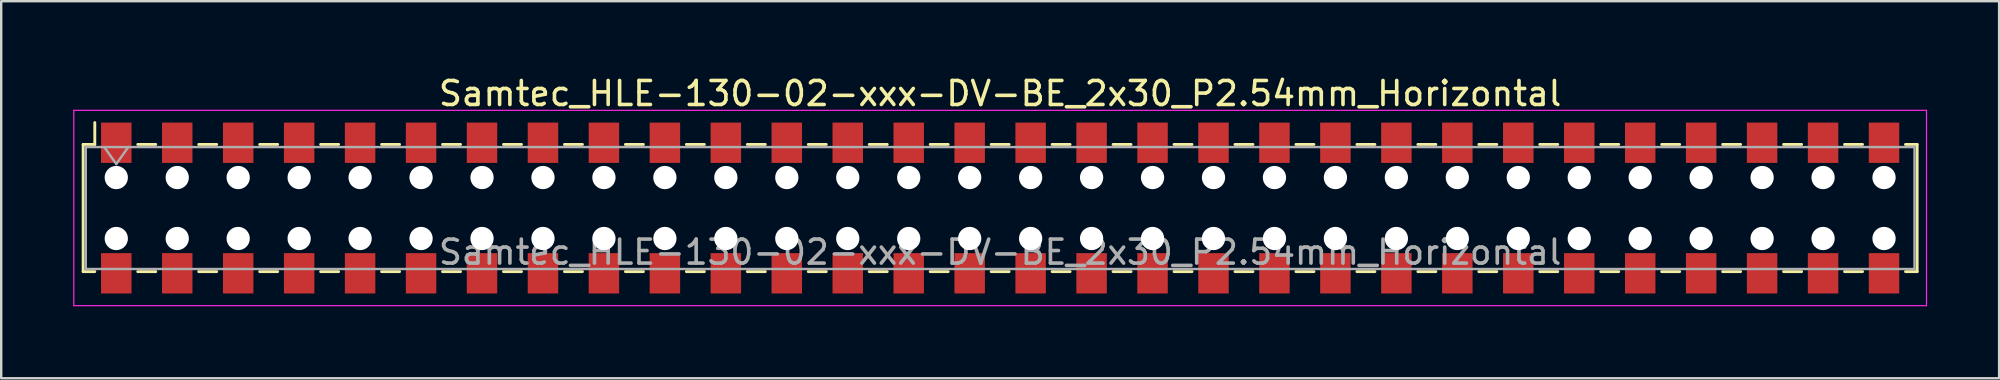
<source format=kicad_pcb>
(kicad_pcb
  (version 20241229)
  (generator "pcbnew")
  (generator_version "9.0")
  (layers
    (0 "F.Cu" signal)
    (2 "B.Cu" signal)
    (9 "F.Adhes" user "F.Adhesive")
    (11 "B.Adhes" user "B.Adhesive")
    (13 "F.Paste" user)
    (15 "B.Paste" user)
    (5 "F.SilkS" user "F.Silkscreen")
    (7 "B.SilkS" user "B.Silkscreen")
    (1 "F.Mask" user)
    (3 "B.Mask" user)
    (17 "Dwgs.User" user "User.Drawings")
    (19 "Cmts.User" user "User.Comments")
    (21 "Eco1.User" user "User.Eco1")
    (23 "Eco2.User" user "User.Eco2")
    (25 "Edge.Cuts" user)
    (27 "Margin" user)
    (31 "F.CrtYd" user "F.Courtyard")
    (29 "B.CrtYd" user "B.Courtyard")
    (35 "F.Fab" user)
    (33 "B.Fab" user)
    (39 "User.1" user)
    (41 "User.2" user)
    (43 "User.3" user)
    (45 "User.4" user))
  (footprint "Samtec_HLE-130-02-xxx-DV-BE_2x30_P2.54mm_Horizontal"
    (layer "F.Cu")
    (at 38.625 5.618)
    (property "Reference" "Samtec_HLE-130-02-xxx-DV-BE_2x30_P2.54mm_Horizontal" (at 0 -4.77 0) (layer "F.SilkS") (effects (font (size 1 1) (thickness 0.15))))
    (attr smd)
    (fp_line (start -38.21 -2.65) (end -38.21 2.65) (stroke (width 0.12) (type solid)) (layer "F.SilkS"))
    (fp_line (start -38.21 2.65) (end -37.725 2.65) (stroke (width 0.12) (type solid)) (layer "F.SilkS"))
    (fp_line (start -37.725 -3.56) (end -37.725 -2.65) (stroke (width 0.12) (type solid)) (layer "F.SilkS"))
    (fp_line (start -37.725 -2.65) (end -38.21 -2.65) (stroke (width 0.12) (type solid)) (layer "F.SilkS"))
    (fp_line (start -35.935 -2.65) (end -35.185 -2.65) (stroke (width 0.12) (type solid)) (layer "F.SilkS"))
    (fp_line (start -35.935 2.65) (end -35.185 2.65) (stroke (width 0.12) (type solid)) (layer "F.SilkS"))
    (fp_line (start -33.395 -2.65) (end -32.645 -2.65) (stroke (width 0.12) (type solid)) (layer "F.SilkS"))
    (fp_line (start -33.395 2.65) (end -32.645 2.65) (stroke (width 0.12) (type solid)) (layer "F.SilkS"))
    (fp_line (start -30.855 -2.65) (end -30.105 -2.65) (stroke (width 0.12) (type solid)) (layer "F.SilkS"))
    (fp_line (start -30.855 2.65) (end -30.105 2.65) (stroke (width 0.12) (type solid)) (layer "F.SilkS"))
    (fp_line (start -28.315 -2.65) (end -27.565 -2.65) (stroke (width 0.12) (type solid)) (layer "F.SilkS"))
    (fp_line (start -28.315 2.65) (end -27.565 2.65) (stroke (width 0.12) (type solid)) (layer "F.SilkS"))
    (fp_line (start -25.775 -2.65) (end -25.025 -2.65) (stroke (width 0.12) (type solid)) (layer "F.SilkS"))
    (fp_line (start -25.775 2.65) (end -25.025 2.65) (stroke (width 0.12) (type solid)) (layer "F.SilkS"))
    (fp_line (start -23.235 -2.65) (end -22.485 -2.65) (stroke (width 0.12) (type solid)) (layer "F.SilkS"))
    (fp_line (start -23.235 2.65) (end -22.485 2.65) (stroke (width 0.12) (type solid)) (layer "F.SilkS"))
    (fp_line (start -20.695 -2.65) (end -19.945 -2.65) (stroke (width 0.12) (type solid)) (layer "F.SilkS"))
    (fp_line (start -20.695 2.65) (end -19.945 2.65) (stroke (width 0.12) (type solid)) (layer "F.SilkS"))
    (fp_line (start -18.155 -2.65) (end -17.405 -2.65) (stroke (width 0.12) (type solid)) (layer "F.SilkS"))
    (fp_line (start -18.155 2.65) (end -17.405 2.65) (stroke (width 0.12) (type solid)) (layer "F.SilkS"))
    (fp_line (start -15.615 -2.65) (end -14.865 -2.65) (stroke (width 0.12) (type solid)) (layer "F.SilkS"))
    (fp_line (start -15.615 2.65) (end -14.865 2.65) (stroke (width 0.12) (type solid)) (layer "F.SilkS"))
    (fp_line (start -13.075 -2.65) (end -12.325 -2.65) (stroke (width 0.12) (type solid)) (layer "F.SilkS"))
    (fp_line (start -13.075 2.65) (end -12.325 2.65) (stroke (width 0.12) (type solid)) (layer "F.SilkS"))
    (fp_line (start -10.535 -2.65) (end -9.785 -2.65) (stroke (width 0.12) (type solid)) (layer "F.SilkS"))
    (fp_line (start -10.535 2.65) (end -9.785 2.65) (stroke (width 0.12) (type solid)) (layer "F.SilkS"))
    (fp_line (start -7.995 -2.65) (end -7.245 -2.65) (stroke (width 0.12) (type solid)) (layer "F.SilkS"))
    (fp_line (start -7.995 2.65) (end -7.245 2.65) (stroke (width 0.12) (type solid)) (layer "F.SilkS"))
    (fp_line (start -5.455 -2.65) (end -4.705 -2.65) (stroke (width 0.12) (type solid)) (layer "F.SilkS"))
    (fp_line (start -5.455 2.65) (end -4.705 2.65) (stroke (width 0.12) (type solid)) (layer "F.SilkS"))
    (fp_line (start -2.915 -2.65) (end -2.165 -2.65) (stroke (width 0.12) (type solid)) (layer "F.SilkS"))
    (fp_line (start -2.915 2.65) (end -2.165 2.65) (stroke (width 0.12) (type solid)) (layer "F.SilkS"))
    (fp_line (start -0.375 -2.65) (end 0.375 -2.65) (stroke (width 0.12) (type solid)) (layer "F.SilkS"))
    (fp_line (start -0.375 2.65) (end 0.375 2.65) (stroke (width 0.12) (type solid)) (layer "F.SilkS"))
    (fp_line (start 2.165 -2.65) (end 2.915 -2.65) (stroke (width 0.12) (type solid)) (layer "F.SilkS"))
    (fp_line (start 2.165 2.65) (end 2.915 2.65) (stroke (width 0.12) (type solid)) (layer "F.SilkS"))
    (fp_line (start 4.705 -2.65) (end 5.455 -2.65) (stroke (width 0.12) (type solid)) (layer "F.SilkS"))
    (fp_line (start 4.705 2.65) (end 5.455 2.65) (stroke (width 0.12) (type solid)) (layer "F.SilkS"))
    (fp_line (start 7.245 -2.65) (end 7.995 -2.65) (stroke (width 0.12) (type solid)) (layer "F.SilkS"))
    (fp_line (start 7.245 2.65) (end 7.995 2.65) (stroke (width 0.12) (type solid)) (layer "F.SilkS"))
    (fp_line (start 9.785 -2.65) (end 10.535 -2.65) (stroke (width 0.12) (type solid)) (layer "F.SilkS"))
    (fp_line (start 9.785 2.65) (end 10.535 2.65) (stroke (width 0.12) (type solid)) (layer "F.SilkS"))
    (fp_line (start 12.325 -2.65) (end 13.075 -2.65) (stroke (width 0.12) (type solid)) (layer "F.SilkS"))
    (fp_line (start 12.325 2.65) (end 13.075 2.65) (stroke (width 0.12) (type solid)) (layer "F.SilkS"))
    (fp_line (start 14.865 -2.65) (end 15.615 -2.65) (stroke (width 0.12) (type solid)) (layer "F.SilkS"))
    (fp_line (start 14.865 2.65) (end 15.615 2.65) (stroke (width 0.12) (type solid)) (layer "F.SilkS"))
    (fp_line (start 17.405 -2.65) (end 18.155 -2.65) (stroke (width 0.12) (type solid)) (layer "F.SilkS"))
    (fp_line (start 17.405 2.65) (end 18.155 2.65) (stroke (width 0.12) (type solid)) (layer "F.SilkS"))
    (fp_line (start 19.945 -2.65) (end 20.695 -2.65) (stroke (width 0.12) (type solid)) (layer "F.SilkS"))
    (fp_line (start 19.945 2.65) (end 20.695 2.65) (stroke (width 0.12) (type solid)) (layer "F.SilkS"))
    (fp_line (start 22.485 -2.65) (end 23.235 -2.65) (stroke (width 0.12) (type solid)) (layer "F.SilkS"))
    (fp_line (start 22.485 2.65) (end 23.235 2.65) (stroke (width 0.12) (type solid)) (layer "F.SilkS"))
    (fp_line (start 25.025 -2.65) (end 25.775 -2.65) (stroke (width 0.12) (type solid)) (layer "F.SilkS"))
    (fp_line (start 25.025 2.65) (end 25.775 2.65) (stroke (width 0.12) (type solid)) (layer "F.SilkS"))
    (fp_line (start 27.565 -2.65) (end 28.315 -2.65) (stroke (width 0.12) (type solid)) (layer "F.SilkS"))
    (fp_line (start 27.565 2.65) (end 28.315 2.65) (stroke (width 0.12) (type solid)) (layer "F.SilkS"))
    (fp_line (start 30.105 -2.65) (end 30.855 -2.65) (stroke (width 0.12) (type solid)) (layer "F.SilkS"))
    (fp_line (start 30.105 2.65) (end 30.855 2.65) (stroke (width 0.12) (type solid)) (layer "F.SilkS"))
    (fp_line (start 32.645 -2.65) (end 33.395 -2.65) (stroke (width 0.12) (type solid)) (layer "F.SilkS"))
    (fp_line (start 32.645 2.65) (end 33.395 2.65) (stroke (width 0.12) (type solid)) (layer "F.SilkS"))
    (fp_line (start 35.185 -2.65) (end 35.935 -2.65) (stroke (width 0.12) (type solid)) (layer "F.SilkS"))
    (fp_line (start 35.185 2.65) (end 35.935 2.65) (stroke (width 0.12) (type solid)) (layer "F.SilkS"))
    (fp_line (start 37.725 -2.65) (end 38.21 -2.65) (stroke (width 0.12) (type solid)) (layer "F.SilkS"))
    (fp_line (start 38.21 -2.65) (end 38.21 2.65) (stroke (width 0.12) (type solid)) (layer "F.SilkS"))
    (fp_line (start 38.21 2.65) (end 37.725 2.65) (stroke (width 0.12) (type solid)) (layer "F.SilkS"))
    (fp_line (start -38.6 -4.07) (end 38.6 -4.07) (stroke (width 0.05) (type solid)) (layer "F.CrtYd"))
    (fp_line (start -38.6 4.07) (end -38.6 -4.07) (stroke (width 0.05) (type solid)) (layer "F.CrtYd"))
    (fp_line (start 38.6 -4.07) (end 38.6 4.07) (stroke (width 0.05) (type solid)) (layer "F.CrtYd"))
    (fp_line (start 38.6 4.07) (end -38.6 4.07) (stroke (width 0.05) (type solid)) (layer "F.CrtYd"))
    (fp_line (start -38.1 -2.54) (end 38.1 -2.54) (stroke (width 0.1) (type solid)) (layer "F.Fab"))
    (fp_line (start -38.1 2.54) (end -38.1 -2.54) (stroke (width 0.1) (type solid)) (layer "F.Fab"))
    (fp_line (start -37.33 -2.54) (end -36.83 -1.833) (stroke (width 0.1) (type solid)) (layer "F.Fab"))
    (fp_line (start -36.83 -1.833) (end -36.33 -2.54) (stroke (width 0.1) (type solid)) (layer "F.Fab"))
    (fp_line (start 38.1 -2.54) (end 38.1 2.54) (stroke (width 0.1) (type solid)) (layer "F.Fab"))
    (fp_line (start 38.1 2.54) (end -38.1 2.54) (stroke (width 0.1) (type solid)) (layer "F.Fab"))
    (fp_text user "${REFERENCE}" (at 0 1.84 0) (layer "F.Fab") (effects (font (size 1 1) (thickness 0.15))))
    (pad "" np_thru_hole circle (at -36.83 -1.27) (size 0.97 0.97) (drill 0.97) (layers "*.Cu" "*.Mask"))
    (pad "" np_thru_hole circle (at -36.83 1.27) (size 0.97 0.97) (drill 0.97) (layers "*.Cu" "*.Mask"))
    (pad "" np_thru_hole circle (at -34.29 -1.27) (size 0.97 0.97) (drill 0.97) (layers "*.Cu" "*.Mask"))
    (pad "" np_thru_hole circle (at -34.29 1.27) (size 0.97 0.97) (drill 0.97) (layers "*.Cu" "*.Mask"))
    (pad "" np_thru_hole circle (at -31.75 -1.27) (size 0.97 0.97) (drill 0.97) (layers "*.Cu" "*.Mask"))
    (pad "" np_thru_hole circle (at -31.75 1.27) (size 0.97 0.97) (drill 0.97) (layers "*.Cu" "*.Mask"))
    (pad "" np_thru_hole circle (at -29.21 -1.27) (size 0.97 0.97) (drill 0.97) (layers "*.Cu" "*.Mask"))
    (pad "" np_thru_hole circle (at -29.21 1.27) (size 0.97 0.97) (drill 0.97) (layers "*.Cu" "*.Mask"))
    (pad "" np_thru_hole circle (at -26.67 -1.27) (size 0.97 0.97) (drill 0.97) (layers "*.Cu" "*.Mask"))
    (pad "" np_thru_hole circle (at -26.67 1.27) (size 0.97 0.97) (drill 0.97) (layers "*.Cu" "*.Mask"))
    (pad "" np_thru_hole circle (at -24.13 -1.27) (size 0.97 0.97) (drill 0.97) (layers "*.Cu" "*.Mask"))
    (pad "" np_thru_hole circle (at -24.13 1.27) (size 0.97 0.97) (drill 0.97) (layers "*.Cu" "*.Mask"))
    (pad "" np_thru_hole circle (at -21.59 -1.27) (size 0.97 0.97) (drill 0.97) (layers "*.Cu" "*.Mask"))
    (pad "" np_thru_hole circle (at -21.59 1.27) (size 0.97 0.97) (drill 0.97) (layers "*.Cu" "*.Mask"))
    (pad "" np_thru_hole circle (at -19.05 -1.27) (size 0.97 0.97) (drill 0.97) (layers "*.Cu" "*.Mask"))
    (pad "" np_thru_hole circle (at -19.05 1.27) (size 0.97 0.97) (drill 0.97) (layers "*.Cu" "*.Mask"))
    (pad "" np_thru_hole circle (at -16.51 -1.27) (size 0.97 0.97) (drill 0.97) (layers "*.Cu" "*.Mask"))
    (pad "" np_thru_hole circle (at -16.51 1.27) (size 0.97 0.97) (drill 0.97) (layers "*.Cu" "*.Mask"))
    (pad "" np_thru_hole circle (at -13.97 -1.27) (size 0.97 0.97) (drill 0.97) (layers "*.Cu" "*.Mask"))
    (pad "" np_thru_hole circle (at -13.97 1.27) (size 0.97 0.97) (drill 0.97) (layers "*.Cu" "*.Mask"))
    (pad "" np_thru_hole circle (at -11.43 -1.27) (size 0.97 0.97) (drill 0.97) (layers "*.Cu" "*.Mask"))
    (pad "" np_thru_hole circle (at -11.43 1.27) (size 0.97 0.97) (drill 0.97) (layers "*.Cu" "*.Mask"))
    (pad "" np_thru_hole circle (at -8.89 -1.27) (size 0.97 0.97) (drill 0.97) (layers "*.Cu" "*.Mask"))
    (pad "" np_thru_hole circle (at -8.89 1.27) (size 0.97 0.97) (drill 0.97) (layers "*.Cu" "*.Mask"))
    (pad "" np_thru_hole circle (at -6.35 -1.27) (size 0.97 0.97) (drill 0.97) (layers "*.Cu" "*.Mask"))
    (pad "" np_thru_hole circle (at -6.35 1.27) (size 0.97 0.97) (drill 0.97) (layers "*.Cu" "*.Mask"))
    (pad "" np_thru_hole circle (at -3.81 -1.27) (size 0.97 0.97) (drill 0.97) (layers "*.Cu" "*.Mask"))
    (pad "" np_thru_hole circle (at -3.81 1.27) (size 0.97 0.97) (drill 0.97) (layers "*.Cu" "*.Mask"))
    (pad "" np_thru_hole circle (at -1.27 -1.27) (size 0.97 0.97) (drill 0.97) (layers "*.Cu" "*.Mask"))
    (pad "" np_thru_hole circle (at -1.27 1.27) (size 0.97 0.97) (drill 0.97) (layers "*.Cu" "*.Mask"))
    (pad "" np_thru_hole circle (at 1.27 -1.27) (size 0.97 0.97) (drill 0.97) (layers "*.Cu" "*.Mask"))
    (pad "" np_thru_hole circle (at 1.27 1.27) (size 0.97 0.97) (drill 0.97) (layers "*.Cu" "*.Mask"))
    (pad "" np_thru_hole circle (at 3.81 -1.27) (size 0.97 0.97) (drill 0.97) (layers "*.Cu" "*.Mask"))
    (pad "" np_thru_hole circle (at 3.81 1.27) (size 0.97 0.97) (drill 0.97) (layers "*.Cu" "*.Mask"))
    (pad "" np_thru_hole circle (at 6.35 -1.27) (size 0.97 0.97) (drill 0.97) (layers "*.Cu" "*.Mask"))
    (pad "" np_thru_hole circle (at 6.35 1.27) (size 0.97 0.97) (drill 0.97) (layers "*.Cu" "*.Mask"))
    (pad "" np_thru_hole circle (at 8.89 -1.27) (size 0.97 0.97) (drill 0.97) (layers "*.Cu" "*.Mask"))
    (pad "" np_thru_hole circle (at 8.89 1.27) (size 0.97 0.97) (drill 0.97) (layers "*.Cu" "*.Mask"))
    (pad "" np_thru_hole circle (at 11.43 -1.27) (size 0.97 0.97) (drill 0.97) (layers "*.Cu" "*.Mask"))
    (pad "" np_thru_hole circle (at 11.43 1.27) (size 0.97 0.97) (drill 0.97) (layers "*.Cu" "*.Mask"))
    (pad "" np_thru_hole circle (at 13.97 -1.27) (size 0.97 0.97) (drill 0.97) (layers "*.Cu" "*.Mask"))
    (pad "" np_thru_hole circle (at 13.97 1.27) (size 0.97 0.97) (drill 0.97) (layers "*.Cu" "*.Mask"))
    (pad "" np_thru_hole circle (at 16.51 -1.27) (size 0.97 0.97) (drill 0.97) (layers "*.Cu" "*.Mask"))
    (pad "" np_thru_hole circle (at 16.51 1.27) (size 0.97 0.97) (drill 0.97) (layers "*.Cu" "*.Mask"))
    (pad "" np_thru_hole circle (at 19.05 -1.27) (size 0.97 0.97) (drill 0.97) (layers "*.Cu" "*.Mask"))
    (pad "" np_thru_hole circle (at 19.05 1.27) (size 0.97 0.97) (drill 0.97) (layers "*.Cu" "*.Mask"))
    (pad "" np_thru_hole circle (at 21.59 -1.27) (size 0.97 0.97) (drill 0.97) (layers "*.Cu" "*.Mask"))
    (pad "" np_thru_hole circle (at 21.59 1.27) (size 0.97 0.97) (drill 0.97) (layers "*.Cu" "*.Mask"))
    (pad "" np_thru_hole circle (at 24.13 -1.27) (size 0.97 0.97) (drill 0.97) (layers "*.Cu" "*.Mask"))
    (pad "" np_thru_hole circle (at 24.13 1.27) (size 0.97 0.97) (drill 0.97) (layers "*.Cu" "*.Mask"))
    (pad "" np_thru_hole circle (at 26.67 -1.27) (size 0.97 0.97) (drill 0.97) (layers "*.Cu" "*.Mask"))
    (pad "" np_thru_hole circle (at 26.67 1.27) (size 0.97 0.97) (drill 0.97) (layers "*.Cu" "*.Mask"))
    (pad "" np_thru_hole circle (at 29.21 -1.27) (size 0.97 0.97) (drill 0.97) (layers "*.Cu" "*.Mask"))
    (pad "" np_thru_hole circle (at 29.21 1.27) (size 0.97 0.97) (drill 0.97) (layers "*.Cu" "*.Mask"))
    (pad "" np_thru_hole circle (at 31.75 -1.27) (size 0.97 0.97) (drill 0.97) (layers "*.Cu" "*.Mask"))
    (pad "" np_thru_hole circle (at 31.75 1.27) (size 0.97 0.97) (drill 0.97) (layers "*.Cu" "*.Mask"))
    (pad "" np_thru_hole circle (at 34.29 -1.27) (size 0.97 0.97) (drill 0.97) (layers "*.Cu" "*.Mask"))
    (pad "" np_thru_hole circle (at 34.29 1.27) (size 0.97 0.97) (drill 0.97) (layers "*.Cu" "*.Mask"))
    (pad "" np_thru_hole circle (at 36.83 -1.27) (size 0.97 0.97) (drill 0.97) (layers "*.Cu" "*.Mask"))
    (pad "" np_thru_hole circle (at 36.83 1.27) (size 0.97 0.97) (drill 0.97) (layers "*.Cu" "*.Mask"))
    (pad "1" smd rect (at -36.83 -2.72) (size 1.27 1.68) (layers "F.Cu" "F.Mask" "F.Paste"))
    (pad "2" smd rect (at -36.83 2.72) (size 1.27 1.68) (layers "F.Cu" "F.Mask" "F.Paste"))
    (pad "3" smd rect (at -34.29 -2.72) (size 1.27 1.68) (layers "F.Cu" "F.Mask" "F.Paste"))
    (pad "4" smd rect (at -34.29 2.72) (size 1.27 1.68) (layers "F.Cu" "F.Mask" "F.Paste"))
    (pad "5" smd rect (at -31.75 -2.72) (size 1.27 1.68) (layers "F.Cu" "F.Mask" "F.Paste"))
    (pad "6" smd rect (at -31.75 2.72) (size 1.27 1.68) (layers "F.Cu" "F.Mask" "F.Paste"))
    (pad "7" smd rect (at -29.21 -2.72) (size 1.27 1.68) (layers "F.Cu" "F.Mask" "F.Paste"))
    (pad "8" smd rect (at -29.21 2.72) (size 1.27 1.68) (layers "F.Cu" "F.Mask" "F.Paste"))
    (pad "9" smd rect (at -26.67 -2.72) (size 1.27 1.68) (layers "F.Cu" "F.Mask" "F.Paste"))
    (pad "10" smd rect (at -26.67 2.72) (size 1.27 1.68) (layers "F.Cu" "F.Mask" "F.Paste"))
    (pad "11" smd rect (at -24.13 -2.72) (size 1.27 1.68) (layers "F.Cu" "F.Mask" "F.Paste"))
    (pad "12" smd rect (at -24.13 2.72) (size 1.27 1.68) (layers "F.Cu" "F.Mask" "F.Paste"))
    (pad "13" smd rect (at -21.59 -2.72) (size 1.27 1.68) (layers "F.Cu" "F.Mask" "F.Paste"))
    (pad "14" smd rect (at -21.59 2.72) (size 1.27 1.68) (layers "F.Cu" "F.Mask" "F.Paste"))
    (pad "15" smd rect (at -19.05 -2.72) (size 1.27 1.68) (layers "F.Cu" "F.Mask" "F.Paste"))
    (pad "16" smd rect (at -19.05 2.72) (size 1.27 1.68) (layers "F.Cu" "F.Mask" "F.Paste"))
    (pad "17" smd rect (at -16.51 -2.72) (size 1.27 1.68) (layers "F.Cu" "F.Mask" "F.Paste"))
    (pad "18" smd rect (at -16.51 2.72) (size 1.27 1.68) (layers "F.Cu" "F.Mask" "F.Paste"))
    (pad "19" smd rect (at -13.97 -2.72) (size 1.27 1.68) (layers "F.Cu" "F.Mask" "F.Paste"))
    (pad "20" smd rect (at -13.97 2.72) (size 1.27 1.68) (layers "F.Cu" "F.Mask" "F.Paste"))
    (pad "21" smd rect (at -11.43 -2.72) (size 1.27 1.68) (layers "F.Cu" "F.Mask" "F.Paste"))
    (pad "22" smd rect (at -11.43 2.72) (size 1.27 1.68) (layers "F.Cu" "F.Mask" "F.Paste"))
    (pad "23" smd rect (at -8.89 -2.72) (size 1.27 1.68) (layers "F.Cu" "F.Mask" "F.Paste"))
    (pad "24" smd rect (at -8.89 2.72) (size 1.27 1.68) (layers "F.Cu" "F.Mask" "F.Paste"))
    (pad "25" smd rect (at -6.35 -2.72) (size 1.27 1.68) (layers "F.Cu" "F.Mask" "F.Paste"))
    (pad "26" smd rect (at -6.35 2.72) (size 1.27 1.68) (layers "F.Cu" "F.Mask" "F.Paste"))
    (pad "27" smd rect (at -3.81 -2.72) (size 1.27 1.68) (layers "F.Cu" "F.Mask" "F.Paste"))
    (pad "28" smd rect (at -3.81 2.72) (size 1.27 1.68) (layers "F.Cu" "F.Mask" "F.Paste"))
    (pad "29" smd rect (at -1.27 -2.72) (size 1.27 1.68) (layers "F.Cu" "F.Mask" "F.Paste"))
    (pad "30" smd rect (at -1.27 2.72) (size 1.27 1.68) (layers "F.Cu" "F.Mask" "F.Paste"))
    (pad "31" smd rect (at 1.27 -2.72) (size 1.27 1.68) (layers "F.Cu" "F.Mask" "F.Paste"))
    (pad "32" smd rect (at 1.27 2.72) (size 1.27 1.68) (layers "F.Cu" "F.Mask" "F.Paste"))
    (pad "33" smd rect (at 3.81 -2.72) (size 1.27 1.68) (layers "F.Cu" "F.Mask" "F.Paste"))
    (pad "34" smd rect (at 3.81 2.72) (size 1.27 1.68) (layers "F.Cu" "F.Mask" "F.Paste"))
    (pad "35" smd rect (at 6.35 -2.72) (size 1.27 1.68) (layers "F.Cu" "F.Mask" "F.Paste"))
    (pad "36" smd rect (at 6.35 2.72) (size 1.27 1.68) (layers "F.Cu" "F.Mask" "F.Paste"))
    (pad "37" smd rect (at 8.89 -2.72) (size 1.27 1.68) (layers "F.Cu" "F.Mask" "F.Paste"))
    (pad "38" smd rect (at 8.89 2.72) (size 1.27 1.68) (layers "F.Cu" "F.Mask" "F.Paste"))
    (pad "39" smd rect (at 11.43 -2.72) (size 1.27 1.68) (layers "F.Cu" "F.Mask" "F.Paste"))
    (pad "40" smd rect (at 11.43 2.72) (size 1.27 1.68) (layers "F.Cu" "F.Mask" "F.Paste"))
    (pad "41" smd rect (at 13.97 -2.72) (size 1.27 1.68) (layers "F.Cu" "F.Mask" "F.Paste"))
    (pad "42" smd rect (at 13.97 2.72) (size 1.27 1.68) (layers "F.Cu" "F.Mask" "F.Paste"))
    (pad "43" smd rect (at 16.51 -2.72) (size 1.27 1.68) (layers "F.Cu" "F.Mask" "F.Paste"))
    (pad "44" smd rect (at 16.51 2.72) (size 1.27 1.68) (layers "F.Cu" "F.Mask" "F.Paste"))
    (pad "45" smd rect (at 19.05 -2.72) (size 1.27 1.68) (layers "F.Cu" "F.Mask" "F.Paste"))
    (pad "46" smd rect (at 19.05 2.72) (size 1.27 1.68) (layers "F.Cu" "F.Mask" "F.Paste"))
    (pad "47" smd rect (at 21.59 -2.72) (size 1.27 1.68) (layers "F.Cu" "F.Mask" "F.Paste"))
    (pad "48" smd rect (at 21.59 2.72) (size 1.27 1.68) (layers "F.Cu" "F.Mask" "F.Paste"))
    (pad "49" smd rect (at 24.13 -2.72) (size 1.27 1.68) (layers "F.Cu" "F.Mask" "F.Paste"))
    (pad "50" smd rect (at 24.13 2.72) (size 1.27 1.68) (layers "F.Cu" "F.Mask" "F.Paste"))
    (pad "51" smd rect (at 26.67 -2.72) (size 1.27 1.68) (layers "F.Cu" "F.Mask" "F.Paste"))
    (pad "52" smd rect (at 26.67 2.72) (size 1.27 1.68) (layers "F.Cu" "F.Mask" "F.Paste"))
    (pad "53" smd rect (at 29.21 -2.72) (size 1.27 1.68) (layers "F.Cu" "F.Mask" "F.Paste"))
    (pad "54" smd rect (at 29.21 2.72) (size 1.27 1.68) (layers "F.Cu" "F.Mask" "F.Paste"))
    (pad "55" smd rect (at 31.75 -2.72) (size 1.27 1.68) (layers "F.Cu" "F.Mask" "F.Paste"))
    (pad "56" smd rect (at 31.75 2.72) (size 1.27 1.68) (layers "F.Cu" "F.Mask" "F.Paste"))
    (pad "57" smd rect (at 34.29 -2.72) (size 1.27 1.68) (layers "F.Cu" "F.Mask" "F.Paste"))
    (pad "58" smd rect (at 34.29 2.72) (size 1.27 1.68) (layers "F.Cu" "F.Mask" "F.Paste"))
    (pad "59" smd rect (at 36.83 -2.72) (size 1.27 1.68) (layers "F.Cu" "F.Mask" "F.Paste"))
    (pad "60" smd rect (at 36.83 2.72) (size 1.27 1.68) (layers "F.Cu" "F.Mask" "F.Paste")))
  (gr_rect
    (start -3 -3)
    (end 80.25 12.713)
    (stroke (width 0.1) (type default))
    (fill no)
    (layer "Edge.Cuts")))
</source>
